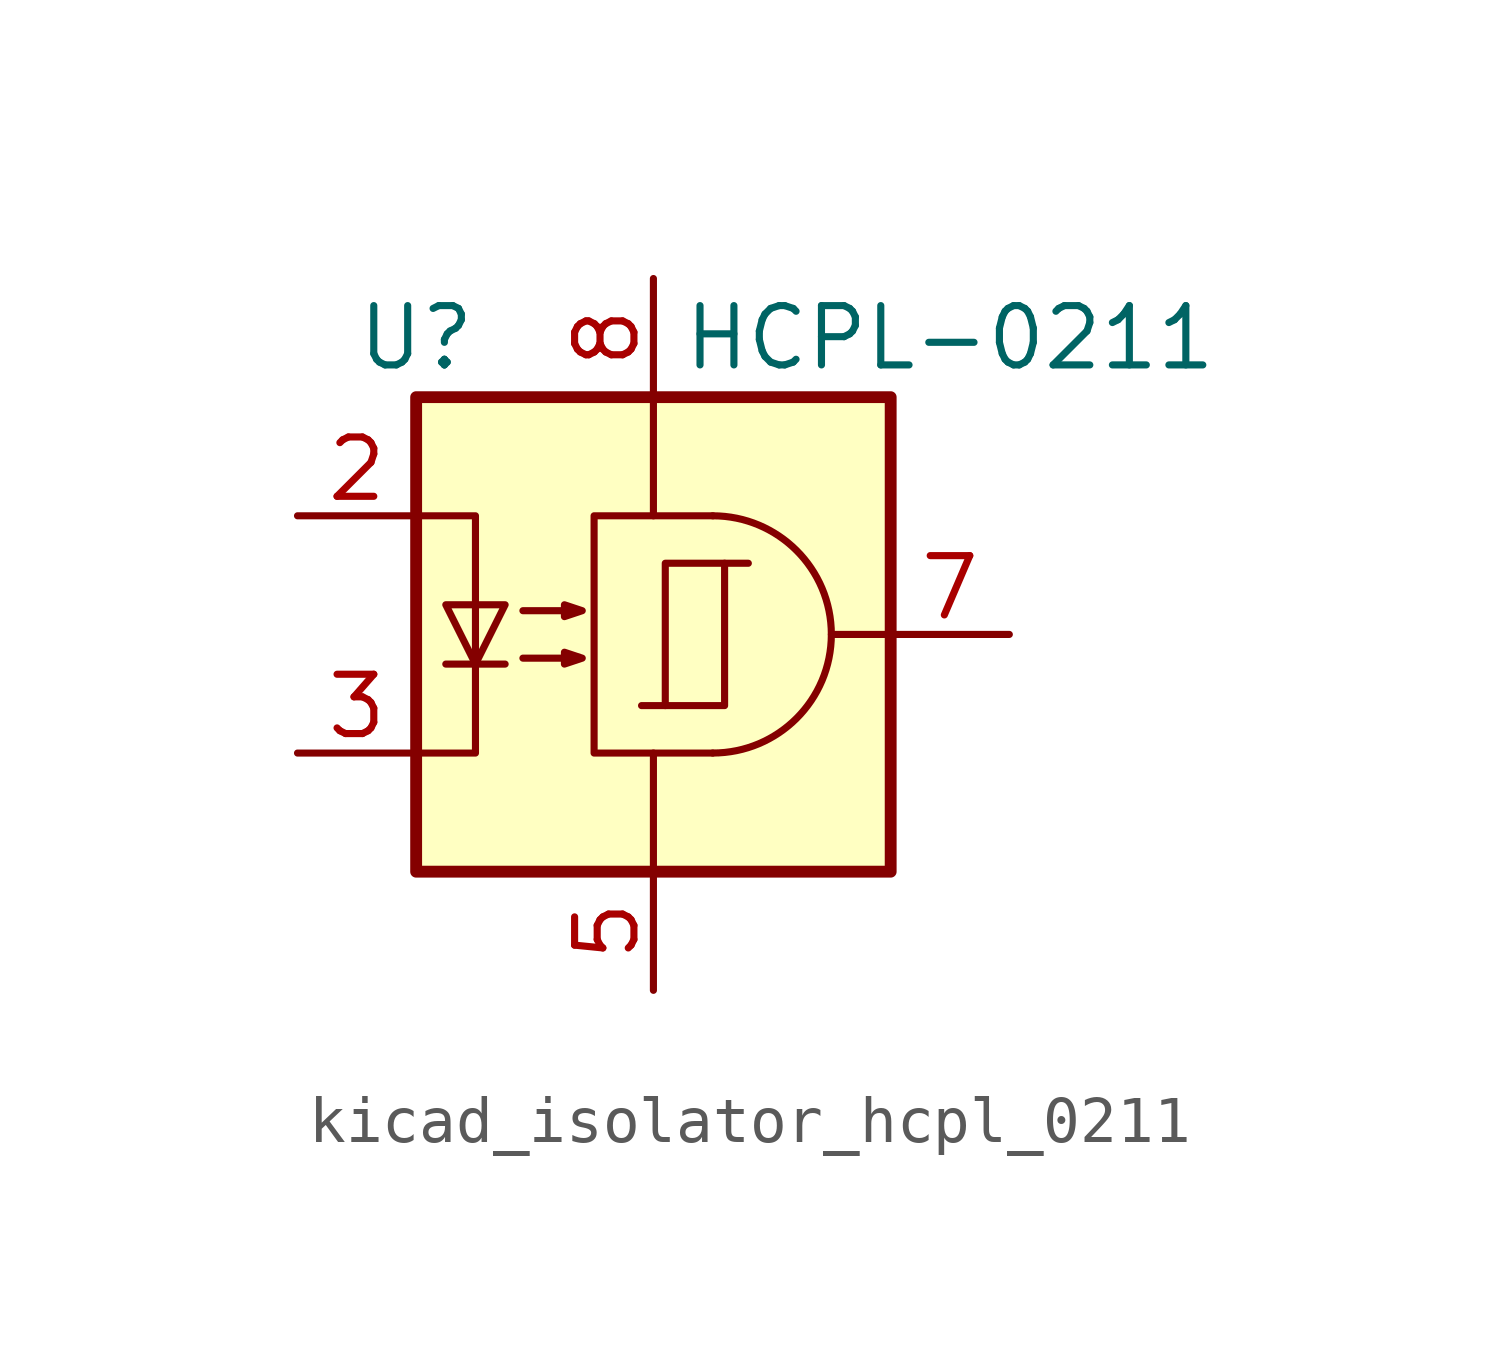
<source format=kicad_sym>
(kicad_symbol_lib
  (version 20220914)
  (generator kicad_symbol_editor)
  (symbol "kicad_isolator_hcpl_0211"
    (property "Reference" "U"
      (at -5.08 6.35 0)
      (effects (font (size 1.27 1.27))))
    (property "Value" "HCPL-0211"
      (at 6.35 6.35 0)
      (effects (font (size 1.27 1.27))))
    (symbol "kicad_isolator_hcpl_0211_0_1"
      (polyline (pts (xy 0.254 -1.524) (xy -0.254 -1.524)) (stroke (width 0) (type default)) (fill (type none)))
      (polyline (pts (xy 1.524 1.524) (xy 2.032 1.524)) (stroke (width 0) (type default)) (fill (type none)))
      (polyline (pts (xy 5.08 0) (xy 3.81 0)) (stroke (width 0) (type default)) (fill (type none)))
      (rectangle (start 0.254 1.524) (end 1.524 -1.524) (stroke (width 0) (type default)) (fill (type none))))
    (symbol "kicad_isolator_hcpl_0211_1_1"
      (rectangle (start -5.08 5.08) (end 5.08 -5.08) (stroke (width 0.254) (type default)) (fill (type background)))
      (polyline (pts (xy -4.445 -0.635) (xy -3.175 -0.635)) (stroke (width 0) (type default)) (fill (type none)))
      (polyline (pts (xy 0 2.54) (xy 0 5.08)) (stroke (width 0) (type default)) (fill (type none)))
      (polyline (pts (xy 0 -2.54) (xy 0 -5.08) (xy 0 -3.81)) (stroke (width 0) (type default)) (fill (type none)))
      (polyline (pts (xy -5.08 -2.54) (xy -3.81 -2.54) (xy -3.81 2.54) (xy -5.08 2.54)) (stroke (width 0) (type default)) (fill (type none)))
      (polyline (pts (xy -3.81 -0.635) (xy -4.445 0.635) (xy -3.175 0.635) (xy -3.81 -0.635)) (stroke (width 0) (type default)) (fill (type none)))
      (polyline (pts (xy 1.27 -2.54) (xy -1.27 -2.54) (xy -1.27 2.54) (xy 1.27 2.54)) (stroke (width 0) (type default)) (fill (type none)))
      (polyline (pts (xy -2.794 -0.508) (xy -1.524 -0.508) (xy -1.905 -0.635) (xy -1.905 -0.381) (xy -1.524 -0.508)) (stroke (width 0) (type default)) (fill (type none)))
      (polyline (pts (xy -2.794 0.508) (xy -1.524 0.508) (xy -1.905 0.381) (xy -1.905 0.635) (xy -1.524 0.508)) (stroke (width 0) (type default)) (fill (type none)))
      (arc (start 1.27 -2.54) (mid 3.799 0) (end 1.27 2.54) (stroke (width 0) (type default)) (fill (type none)))
      (pin no_connect line (at -5.08 0 0) (length 2.54) hide (name "~" (effects (font (size 1.27 1.27)))) (number "1" (effects (font (size 1.27 1.27)))))
      (pin passive line (at -7.62 2.54 0) (length 2.54) (name "~" (effects (font (size 1.27 1.27)))) (number "2" (effects (font (size 1.27 1.27)))))
      (pin passive line (at -7.62 -2.54 0) (length 2.54) (name "~" (effects (font (size 1.27 1.27)))) (number "3" (effects (font (size 1.27 1.27)))))
      (pin no_connect line (at -5.08 -5.08 0) (length 2.54) hide (name "~" (effects (font (size 1.27 1.27)))) (number "4" (effects (font (size 1.27 1.27)))))
      (pin power_in line (at 0 -7.62 90) (length 2.54) (name "~" (effects (font (size 1.27 1.27)))) (number "5" (effects (font (size 1.27 1.27)))))
      (pin no_connect line (at 5.08 -2.54 180) (length 2.54) hide (name "~" (effects (font (size 1.27 1.27)))) (number "6" (effects (font (size 1.27 1.27)))))
      (pin output line (at 7.62 0 180) (length 2.54) (name "~" (effects (font (size 1.27 1.27)))) (number "7" (effects (font (size 1.27 1.27)))))
      (pin power_in line (at 0 7.62 270) (length 2.54) (name "~" (effects (font (size 1.27 1.27)))) (number "8" (effects (font (size 1.27 1.27))))))))
</source>
